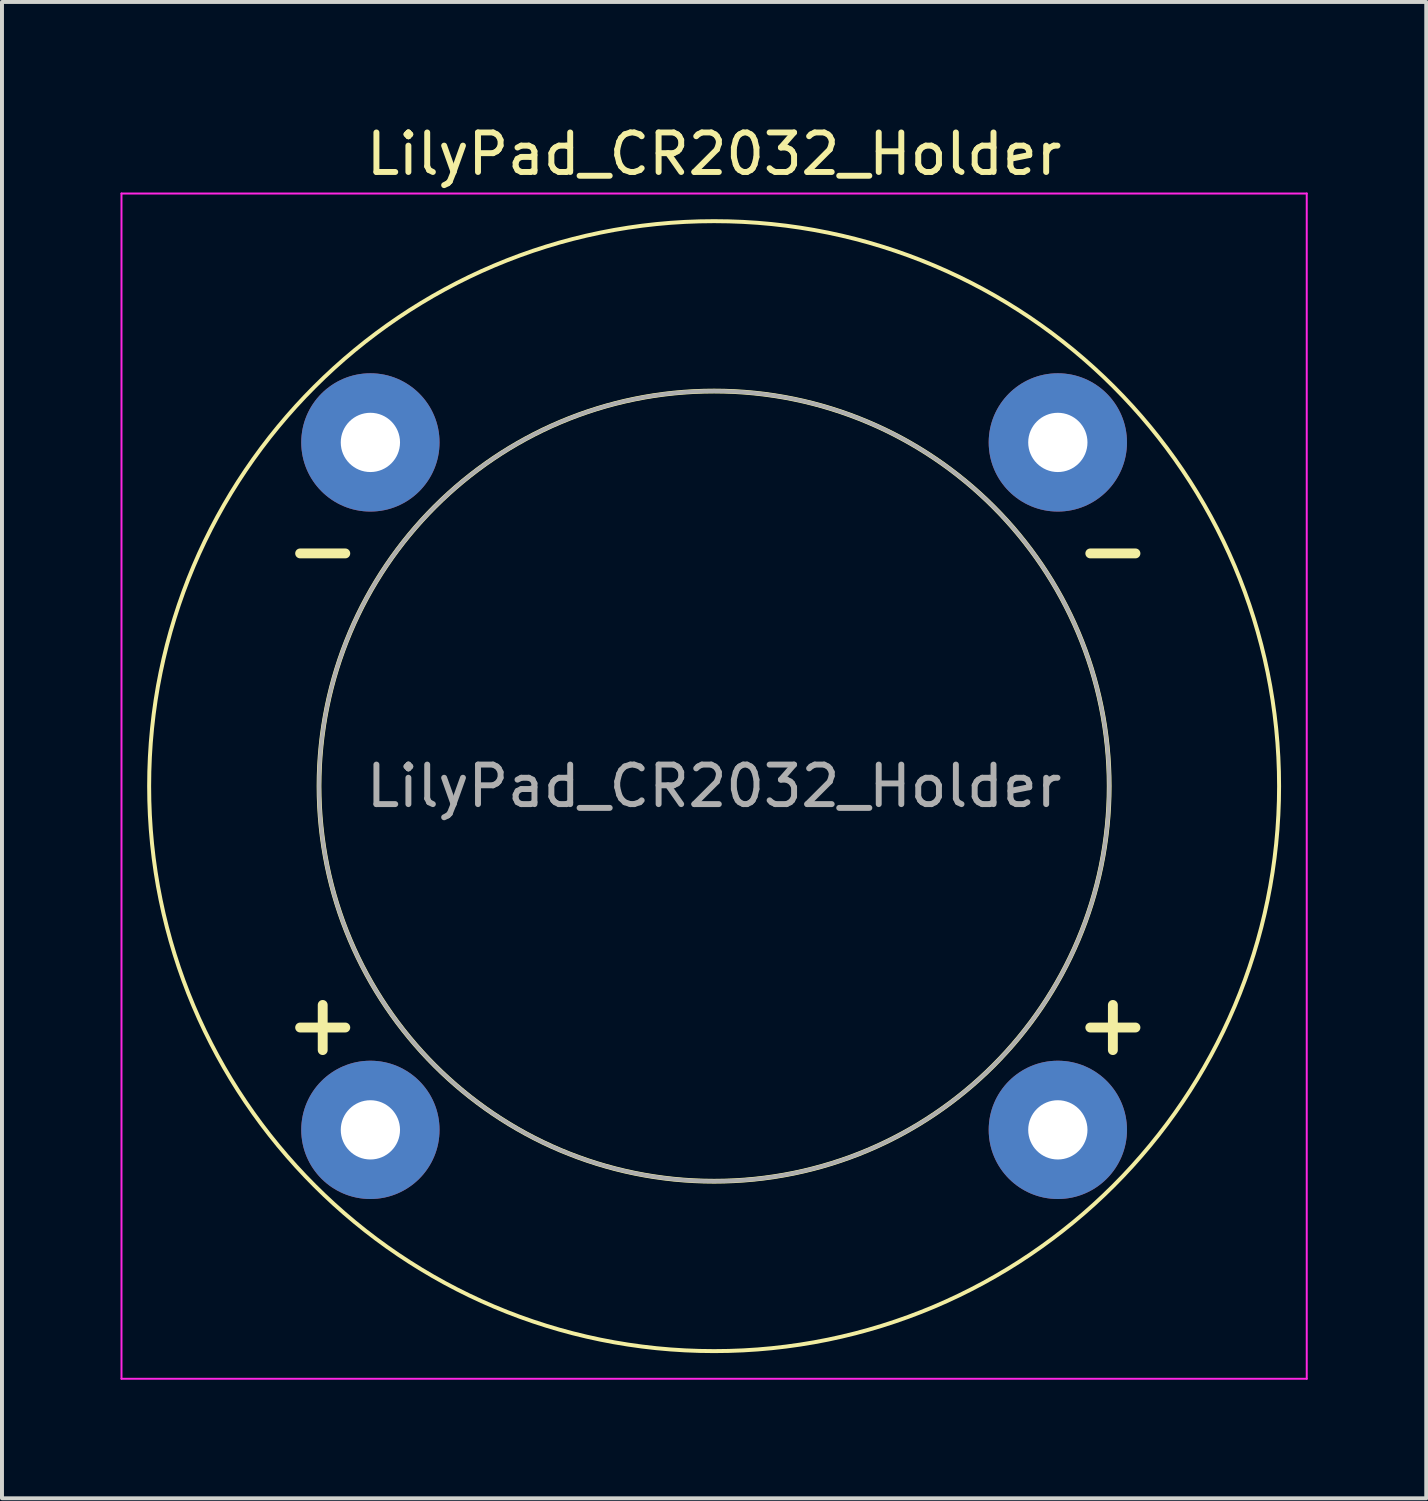
<source format=kicad_pcb>
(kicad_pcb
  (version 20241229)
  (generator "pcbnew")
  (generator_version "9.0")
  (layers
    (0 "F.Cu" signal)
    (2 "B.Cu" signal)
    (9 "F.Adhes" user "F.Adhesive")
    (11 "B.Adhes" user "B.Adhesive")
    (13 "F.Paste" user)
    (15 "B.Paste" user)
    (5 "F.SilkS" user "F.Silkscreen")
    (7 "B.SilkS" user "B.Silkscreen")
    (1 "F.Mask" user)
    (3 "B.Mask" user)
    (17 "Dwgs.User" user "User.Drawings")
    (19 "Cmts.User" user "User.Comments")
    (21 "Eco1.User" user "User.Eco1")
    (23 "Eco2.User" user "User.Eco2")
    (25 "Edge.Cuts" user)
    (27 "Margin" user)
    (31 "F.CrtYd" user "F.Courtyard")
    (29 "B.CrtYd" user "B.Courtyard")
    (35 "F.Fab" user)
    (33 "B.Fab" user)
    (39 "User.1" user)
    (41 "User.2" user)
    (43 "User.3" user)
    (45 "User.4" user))
  (footprint "LilyPad_CR2032_Holder"
    (layer "F.Cu")
    (at 15.025 16.848)
    (property "Reference" "LilyPad_CR2032_Holder" (at 0 -16 0) (layer "F.SilkS") (effects (font (size 1 1) (thickness 0.15))))
    (attr through_hole)
    (fp_circle (center 0 0) (end 10 0) (stroke (width 0.12) (type solid)) (fill no) (layer "F.SilkS"))
    (fp_circle (center 0 0) (end 14.3 0) (stroke (width 0.1) (type solid)) (fill no) (layer "F.SilkS"))
    (fp_line (start -15 -15) (end 15 -15) (stroke (width 0.05) (type solid)) (layer "F.CrtYd"))
    (fp_line (start -15 15) (end -15 -15) (stroke (width 0.05) (type solid)) (layer "F.CrtYd"))
    (fp_line (start 15 -15) (end 15 15) (stroke (width 0.05) (type solid)) (layer "F.CrtYd"))
    (fp_line (start 15 15) (end -15 15) (stroke (width 0.05) (type solid)) (layer "F.CrtYd"))
    (fp_circle (center 0 0) (end 10 0) (stroke (width 0.1) (type solid)) (fill no) (layer "F.Fab"))
    (fp_text user "+" (at -11 6 0) (layer "F.SilkS") (effects (font (size 1.5 1.5) (thickness 0.25)) (justify left)))
    (fp_text user "-" (at -11 -6 0) (layer "F.SilkS") (effects (font (size 1.5 1.5) (thickness 0.25)) (justify left)))
    (fp_text user "-" (at 9 -6 0) (layer "F.SilkS") (effects (font (size 1.5 1.5) (thickness 0.25)) (justify left)))
    (fp_text user "+" (at 9 6 0) (layer "F.SilkS") (effects (font (size 1.5 1.5) (thickness 0.25)) (justify left)))
    (fp_text user "${REFERENCE}" (at 0 0 0) (layer "F.Fab") (effects (font (size 1 1) (thickness 0.15))))
    (pad "1" thru_hole circle (at -8.7 -8.7) (size 3.5 3.5) (drill 1.5) (layers "*.Cu" "*.Mask"))
    (pad "1" thru_hole circle (at 8.7 -8.7) (size 3.5 3.5) (drill 1.5) (layers "*.Cu" "*.Mask"))
    (pad "2" thru_hole circle (at -8.7 8.7) (size 3.5 3.5) (drill 1.5) (layers "*.Cu" "*.Mask"))
    (pad "2" thru_hole circle (at 8.7 8.7) (size 3.5 3.5) (drill 1.5) (layers "*.Cu" "*.Mask")))
  (gr_rect
    (start -3 -3)
    (end 33.05 34.873)
    (stroke (width 0.1) (type default))
    (fill no)
    (layer "Edge.Cuts")))
</source>
